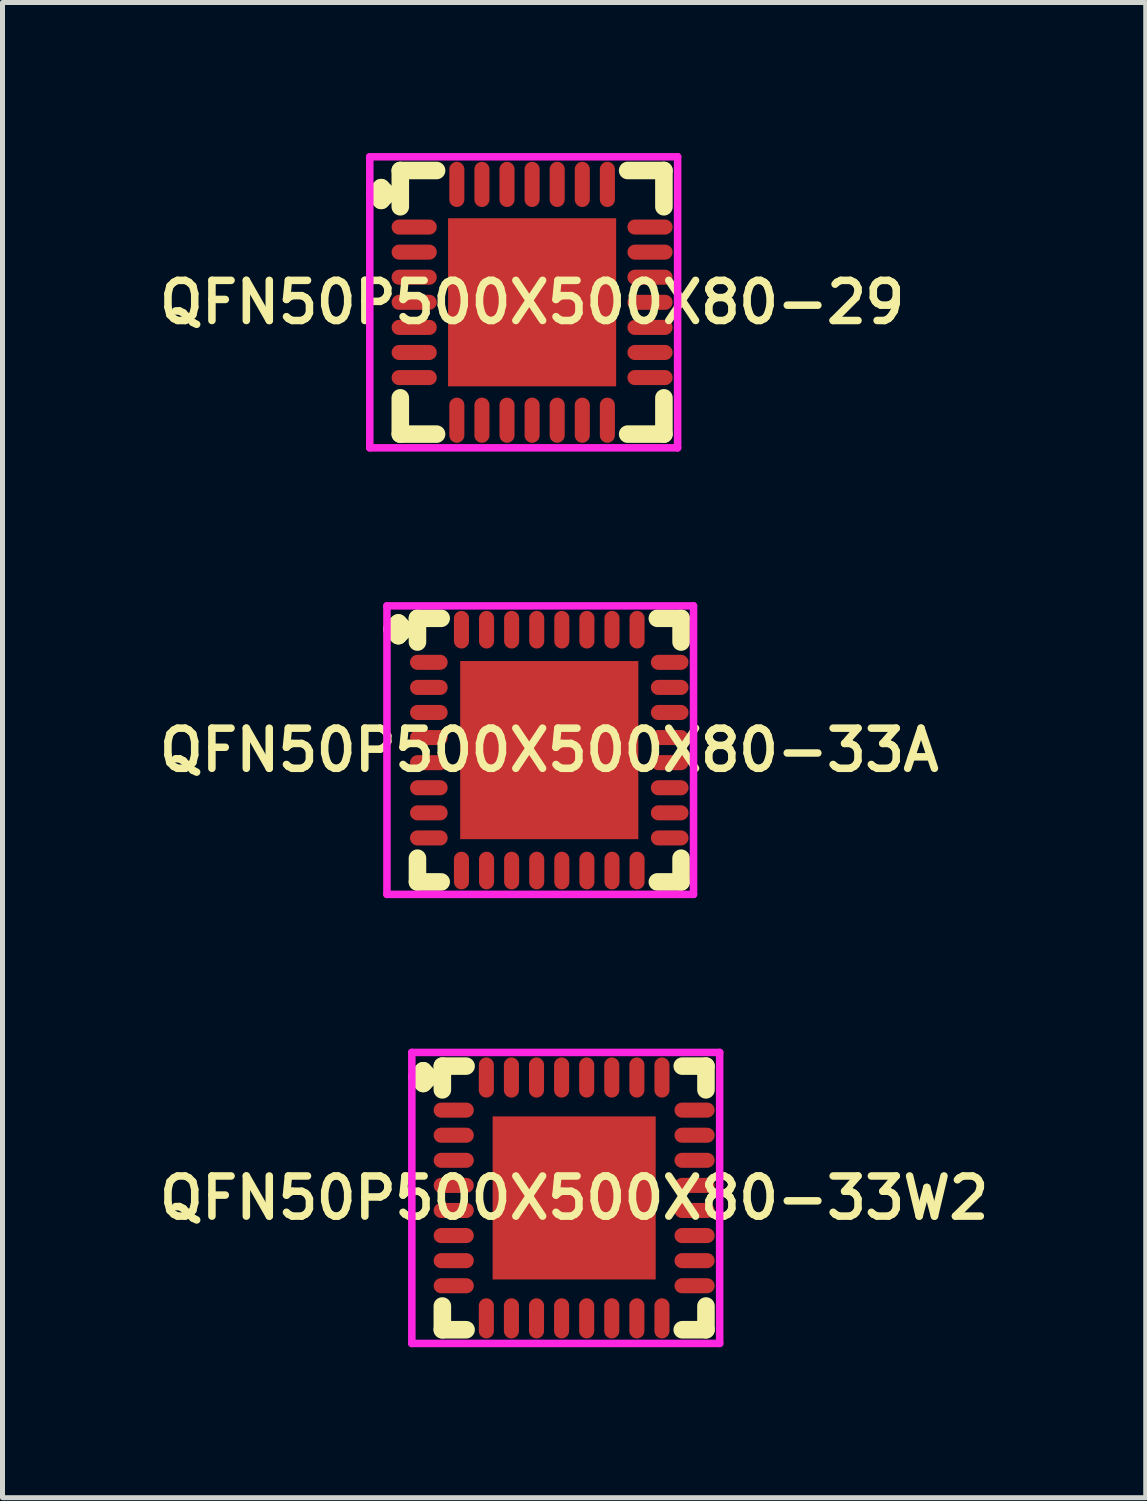
<source format=kicad_pcb>
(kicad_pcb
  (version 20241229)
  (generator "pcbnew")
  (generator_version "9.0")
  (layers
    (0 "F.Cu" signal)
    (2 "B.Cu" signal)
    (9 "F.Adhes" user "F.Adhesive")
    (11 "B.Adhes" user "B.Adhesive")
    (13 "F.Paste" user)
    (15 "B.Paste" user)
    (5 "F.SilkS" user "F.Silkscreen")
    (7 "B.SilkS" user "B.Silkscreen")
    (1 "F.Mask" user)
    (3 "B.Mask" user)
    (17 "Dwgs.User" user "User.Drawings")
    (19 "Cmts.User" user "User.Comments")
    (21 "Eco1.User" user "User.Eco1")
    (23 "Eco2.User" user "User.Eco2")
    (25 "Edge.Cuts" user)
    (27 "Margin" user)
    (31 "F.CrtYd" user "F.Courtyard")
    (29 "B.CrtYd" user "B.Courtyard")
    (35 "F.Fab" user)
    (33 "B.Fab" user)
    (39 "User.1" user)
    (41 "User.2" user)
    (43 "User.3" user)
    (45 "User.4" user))
  (footprint "QFN50P500X500X80-33W2"
    (layer "F.Cu")
    (at 8.393 20.825)
    (property "Reference" "QFN50P500X500X80-33W2" (at 0 0 0) (layer "F.SilkS") (effects (font (size 0.8 0.8) (thickness 0.15))))
    (attr smd)
    (fp_line (start -3.135 -2.408) (end -3.008 -2.535) (stroke (width 0.35) (type solid)) (layer "F.SilkS"))
    (fp_line (start -3.008 -2.535) (end -2.881 -2.408) (stroke (width 0.35) (type solid)) (layer "F.SilkS"))
    (fp_line (start -3.008 -2.281) (end -3.135 -2.408) (stroke (width 0.35) (type solid)) (layer "F.SilkS"))
    (fp_line (start -2.881 -2.408) (end -3.008 -2.281) (stroke (width 0.35) (type solid)) (layer "F.SilkS"))
    (fp_line (start -2.627 -2.627) (end -2.154 -2.627) (stroke (width 0.35) (type solid)) (layer "F.SilkS"))
    (fp_line (start -2.627 -2.154) (end -2.627 -2.627) (stroke (width 0.35) (type solid)) (layer "F.SilkS"))
    (fp_line (start -2.627 2.154) (end -2.627 2.627) (stroke (width 0.35) (type solid)) (layer "F.SilkS"))
    (fp_line (start -2.627 2.627) (end -2.154 2.627) (stroke (width 0.35) (type solid)) (layer "F.SilkS"))
    (fp_line (start 2.154 -2.627) (end 2.627 -2.627) (stroke (width 0.35) (type solid)) (layer "F.SilkS"))
    (fp_line (start 2.154 2.627) (end 2.627 2.627) (stroke (width 0.35) (type solid)) (layer "F.SilkS"))
    (fp_line (start 2.627 -2.627) (end 2.627 -2.154) (stroke (width 0.35) (type solid)) (layer "F.SilkS"))
    (fp_line (start 2.627 2.627) (end 2.627 2.154) (stroke (width 0.35) (type solid)) (layer "F.SilkS"))
    (fp_line (start -3.235 -2.9) (end 2.9 -2.9) (stroke (width 0.15) (type solid)) (layer "F.CrtYd"))
    (fp_line (start -3.235 2.9) (end -3.235 -2.9) (stroke (width 0.15) (type solid)) (layer "F.CrtYd"))
    (fp_line (start 2.9 -2.9) (end 2.9 2.9) (stroke (width 0.15) (type solid)) (layer "F.CrtYd"))
    (fp_line (start 2.9 2.9) (end -3.235 2.9) (stroke (width 0.15) (type solid)) (layer "F.CrtYd"))
    (pad "1" smd oval (at -2.4 -1.75) (size 0.8 0.3) (layers "F.Cu" "F.Mask" "F.Paste"))
    (pad "2" smd oval (at -2.4 -1.25) (size 0.8 0.3) (layers "F.Cu" "F.Mask" "F.Paste"))
    (pad "3" smd oval (at -2.4 -0.75) (size 0.8 0.3) (layers "F.Cu" "F.Mask" "F.Paste"))
    (pad "4" smd oval (at -2.4 -0.25) (size 0.8 0.3) (layers "F.Cu" "F.Mask" "F.Paste"))
    (pad "5" smd oval (at -2.4 0.25) (size 0.8 0.3) (layers "F.Cu" "F.Mask" "F.Paste"))
    (pad "6" smd oval (at -2.4 0.75) (size 0.8 0.3) (layers "F.Cu" "F.Mask" "F.Paste"))
    (pad "7" smd oval (at -2.4 1.25) (size 0.8 0.3) (layers "F.Cu" "F.Mask" "F.Paste"))
    (pad "8" smd oval (at -2.4 1.75) (size 0.8 0.3) (layers "F.Cu" "F.Mask" "F.Paste"))
    (pad "9" smd oval (at -1.75 2.4) (size 0.3 0.8) (layers "F.Cu" "F.Mask" "F.Paste"))
    (pad "10" smd oval (at -1.25 2.4) (size 0.3 0.8) (layers "F.Cu" "F.Mask" "F.Paste"))
    (pad "11" smd oval (at -0.75 2.4) (size 0.3 0.8) (layers "F.Cu" "F.Mask" "F.Paste"))
    (pad "12" smd oval (at -0.25 2.4) (size 0.3 0.8) (layers "F.Cu" "F.Mask" "F.Paste"))
    (pad "13" smd oval (at 0.25 2.4) (size 0.3 0.8) (layers "F.Cu" "F.Mask" "F.Paste"))
    (pad "14" smd oval (at 0.75 2.4) (size 0.3 0.8) (layers "F.Cu" "F.Mask" "F.Paste"))
    (pad "15" smd oval (at 1.25 2.4) (size 0.3 0.8) (layers "F.Cu" "F.Mask" "F.Paste"))
    (pad "16" smd oval (at 1.75 2.4) (size 0.3 0.8) (layers "F.Cu" "F.Mask" "F.Paste"))
    (pad "17" smd oval (at 2.4 1.75) (size 0.8 0.3) (layers "F.Cu" "F.Mask" "F.Paste"))
    (pad "18" smd oval (at 2.4 1.25) (size 0.8 0.3) (layers "F.Cu" "F.Mask" "F.Paste"))
    (pad "19" smd oval (at 2.4 0.75) (size 0.8 0.3) (layers "F.Cu" "F.Mask" "F.Paste"))
    (pad "20" smd oval (at 2.4 0.25) (size 0.8 0.3) (layers "F.Cu" "F.Mask" "F.Paste"))
    (pad "21" smd oval (at 2.4 -0.25) (size 0.8 0.3) (layers "F.Cu" "F.Mask" "F.Paste"))
    (pad "22" smd oval (at 2.4 -0.75) (size 0.8 0.3) (layers "F.Cu" "F.Mask" "F.Paste"))
    (pad "23" smd oval (at 2.4 -1.25) (size 0.8 0.3) (layers "F.Cu" "F.Mask" "F.Paste"))
    (pad "24" smd oval (at 2.4 -1.75) (size 0.8 0.3) (layers "F.Cu" "F.Mask" "F.Paste"))
    (pad "25" smd oval (at 1.75 -2.4) (size 0.3 0.8) (layers "F.Cu" "F.Mask" "F.Paste"))
    (pad "26" smd oval (at 1.25 -2.4) (size 0.3 0.8) (layers "F.Cu" "F.Mask" "F.Paste"))
    (pad "27" smd oval (at 0.75 -2.4) (size 0.3 0.8) (layers "F.Cu" "F.Mask" "F.Paste"))
    (pad "28" smd oval (at 0.25 -2.4) (size 0.3 0.8) (layers "F.Cu" "F.Mask" "F.Paste"))
    (pad "29" smd oval (at -0.25 -2.4) (size 0.3 0.8) (layers "F.Cu" "F.Mask" "F.Paste"))
    (pad "30" smd oval (at -0.75 -2.4) (size 0.3 0.8) (layers "F.Cu" "F.Mask" "F.Paste"))
    (pad "31" smd oval (at -1.25 -2.4) (size 0.3 0.8) (layers "F.Cu" "F.Mask" "F.Paste"))
    (pad "32" smd oval (at -1.75 -2.4) (size 0.3 0.8) (layers "F.Cu" "F.Mask" "F.Paste"))
    (pad "33" smd rect (at 0 0) (size 3.25 3.25) (layers "F.Cu" "F.Mask" "F.Paste")))
  (footprint "QFN50P500X500X80-33A"
    (layer "F.Cu")
    (at 7.897 11.9)
    (property "Reference" "QFN50P500X500X80-33A" (at 0 0 0) (layer "F.SilkS") (effects (font (size 0.8 0.8) (thickness 0.15))))
    (attr smd)
    (fp_line (start -3.135 -2.408) (end -3.008 -2.535) (stroke (width 0.35) (type solid)) (layer "F.SilkS"))
    (fp_line (start -3.008 -2.535) (end -2.881 -2.408) (stroke (width 0.35) (type solid)) (layer "F.SilkS"))
    (fp_line (start -3.008 -2.281) (end -3.135 -2.408) (stroke (width 0.35) (type solid)) (layer "F.SilkS"))
    (fp_line (start -2.881 -2.408) (end -3.008 -2.281) (stroke (width 0.35) (type solid)) (layer "F.SilkS"))
    (fp_line (start -2.627 -2.627) (end -2.154 -2.627) (stroke (width 0.35) (type solid)) (layer "F.SilkS"))
    (fp_line (start -2.627 -2.154) (end -2.627 -2.627) (stroke (width 0.35) (type solid)) (layer "F.SilkS"))
    (fp_line (start -2.627 2.154) (end -2.627 2.627) (stroke (width 0.35) (type solid)) (layer "F.SilkS"))
    (fp_line (start -2.627 2.627) (end -2.154 2.627) (stroke (width 0.35) (type solid)) (layer "F.SilkS"))
    (fp_line (start 2.154 -2.627) (end 2.627 -2.627) (stroke (width 0.35) (type solid)) (layer "F.SilkS"))
    (fp_line (start 2.154 2.627) (end 2.627 2.627) (stroke (width 0.35) (type solid)) (layer "F.SilkS"))
    (fp_line (start 2.627 -2.627) (end 2.627 -2.154) (stroke (width 0.35) (type solid)) (layer "F.SilkS"))
    (fp_line (start 2.627 2.627) (end 2.627 2.154) (stroke (width 0.35) (type solid)) (layer "F.SilkS"))
    (fp_line (start -3.235 -2.875) (end 2.875 -2.875) (stroke (width 0.15) (type solid)) (layer "F.CrtYd"))
    (fp_line (start -3.235 2.875) (end -3.235 -2.875) (stroke (width 0.15) (type solid)) (layer "F.CrtYd"))
    (fp_line (start 2.875 -2.875) (end 2.875 2.875) (stroke (width 0.15) (type solid)) (layer "F.CrtYd"))
    (fp_line (start 2.875 2.875) (end -3.235 2.875) (stroke (width 0.15) (type solid)) (layer "F.CrtYd"))
    (pad "1" smd oval (at -2.4 -1.75) (size 0.75 0.3) (layers "F.Cu" "F.Mask" "F.Paste"))
    (pad "2" smd oval (at -2.4 -1.25) (size 0.75 0.3) (layers "F.Cu" "F.Mask" "F.Paste"))
    (pad "3" smd oval (at -2.4 -0.75) (size 0.75 0.3) (layers "F.Cu" "F.Mask" "F.Paste"))
    (pad "4" smd oval (at -2.4 -0.25) (size 0.75 0.3) (layers "F.Cu" "F.Mask" "F.Paste"))
    (pad "5" smd oval (at -2.4 0.25) (size 0.75 0.3) (layers "F.Cu" "F.Mask" "F.Paste"))
    (pad "6" smd oval (at -2.4 0.75) (size 0.75 0.3) (layers "F.Cu" "F.Mask" "F.Paste"))
    (pad "7" smd oval (at -2.4 1.25) (size 0.75 0.3) (layers "F.Cu" "F.Mask" "F.Paste"))
    (pad "8" smd oval (at -2.4 1.75) (size 0.75 0.3) (layers "F.Cu" "F.Mask" "F.Paste"))
    (pad "9" smd oval (at -1.75 2.4) (size 0.3 0.75) (layers "F.Cu" "F.Mask" "F.Paste"))
    (pad "10" smd oval (at -1.25 2.4) (size 0.3 0.75) (layers "F.Cu" "F.Mask" "F.Paste"))
    (pad "11" smd oval (at -0.75 2.4) (size 0.3 0.75) (layers "F.Cu" "F.Mask" "F.Paste"))
    (pad "12" smd oval (at -0.25 2.4) (size 0.3 0.75) (layers "F.Cu" "F.Mask" "F.Paste"))
    (pad "13" smd oval (at 0.25 2.4) (size 0.3 0.75) (layers "F.Cu" "F.Mask" "F.Paste"))
    (pad "14" smd oval (at 0.75 2.4) (size 0.3 0.75) (layers "F.Cu" "F.Mask" "F.Paste"))
    (pad "15" smd oval (at 1.25 2.4) (size 0.3 0.75) (layers "F.Cu" "F.Mask" "F.Paste"))
    (pad "16" smd oval (at 1.75 2.4) (size 0.3 0.75) (layers "F.Cu" "F.Mask" "F.Paste"))
    (pad "17" smd oval (at 2.4 1.75) (size 0.75 0.3) (layers "F.Cu" "F.Mask" "F.Paste"))
    (pad "18" smd oval (at 2.4 1.25) (size 0.75 0.3) (layers "F.Cu" "F.Mask" "F.Paste"))
    (pad "19" smd oval (at 2.4 0.75) (size 0.75 0.3) (layers "F.Cu" "F.Mask" "F.Paste"))
    (pad "20" smd oval (at 2.4 0.25) (size 0.75 0.3) (layers "F.Cu" "F.Mask" "F.Paste"))
    (pad "21" smd oval (at 2.4 -0.25) (size 0.75 0.3) (layers "F.Cu" "F.Mask" "F.Paste"))
    (pad "22" smd oval (at 2.4 -0.75) (size 0.75 0.3) (layers "F.Cu" "F.Mask" "F.Paste"))
    (pad "23" smd oval (at 2.4 -1.25) (size 0.75 0.3) (layers "F.Cu" "F.Mask" "F.Paste"))
    (pad "24" smd oval (at 2.4 -1.75) (size 0.75 0.3) (layers "F.Cu" "F.Mask" "F.Paste"))
    (pad "25" smd oval (at 1.75 -2.4) (size 0.3 0.75) (layers "F.Cu" "F.Mask" "F.Paste"))
    (pad "26" smd oval (at 1.25 -2.4) (size 0.3 0.75) (layers "F.Cu" "F.Mask" "F.Paste"))
    (pad "27" smd oval (at 0.75 -2.4) (size 0.3 0.75) (layers "F.Cu" "F.Mask" "F.Paste"))
    (pad "28" smd oval (at 0.25 -2.4) (size 0.3 0.75) (layers "F.Cu" "F.Mask" "F.Paste"))
    (pad "29" smd oval (at -0.25 -2.4) (size 0.3 0.75) (layers "F.Cu" "F.Mask" "F.Paste"))
    (pad "30" smd oval (at -0.75 -2.4) (size 0.3 0.75) (layers "F.Cu" "F.Mask" "F.Paste"))
    (pad "31" smd oval (at -1.25 -2.4) (size 0.3 0.75) (layers "F.Cu" "F.Mask" "F.Paste"))
    (pad "32" smd oval (at -1.75 -2.4) (size 0.3 0.75) (layers "F.Cu" "F.Mask" "F.Paste"))
    (pad "33" smd rect (at 0 0) (size 3.55 3.55) (layers "F.Cu" "F.Mask" "F.Paste")))
  (footprint "QFN50P500X500X80-29"
    (layer "F.Cu")
    (at 7.555 2.975)
    (property "Reference" "QFN50P500X500X80-29" (at 0 0 0) (layer "F.SilkS") (effects (font (size 0.8 0.8) (thickness 0.15))))
    (attr smd)
    (fp_line (start -3.135 -2.158) (end -3.008 -2.285) (stroke (width 0.35) (type solid)) (layer "F.SilkS"))
    (fp_line (start -3.008 -2.285) (end -2.881 -2.158) (stroke (width 0.35) (type solid)) (layer "F.SilkS"))
    (fp_line (start -3.008 -2.031) (end -3.135 -2.158) (stroke (width 0.35) (type solid)) (layer "F.SilkS"))
    (fp_line (start -2.881 -2.158) (end -3.008 -2.031) (stroke (width 0.35) (type solid)) (layer "F.SilkS"))
    (fp_line (start -2.627 -2.627) (end -1.904 -2.627) (stroke (width 0.35) (type solid)) (layer "F.SilkS"))
    (fp_line (start -2.627 -1.904) (end -2.627 -2.627) (stroke (width 0.35) (type solid)) (layer "F.SilkS"))
    (fp_line (start -2.627 1.904) (end -2.627 2.627) (stroke (width 0.35) (type solid)) (layer "F.SilkS"))
    (fp_line (start -2.627 2.627) (end -1.904 2.627) (stroke (width 0.35) (type solid)) (layer "F.SilkS"))
    (fp_line (start 1.904 -2.627) (end 2.627 -2.627) (stroke (width 0.35) (type solid)) (layer "F.SilkS"))
    (fp_line (start 1.904 2.627) (end 2.627 2.627) (stroke (width 0.35) (type solid)) (layer "F.SilkS"))
    (fp_line (start 2.627 -2.627) (end 2.627 -1.904) (stroke (width 0.35) (type solid)) (layer "F.SilkS"))
    (fp_line (start 2.627 2.627) (end 2.627 1.904) (stroke (width 0.35) (type solid)) (layer "F.SilkS"))
    (fp_line (start -3.235 -2.9) (end 2.9 -2.9) (stroke (width 0.15) (type solid)) (layer "F.CrtYd"))
    (fp_line (start -3.235 2.9) (end -3.235 -2.9) (stroke (width 0.15) (type solid)) (layer "F.CrtYd"))
    (fp_line (start 2.9 -2.9) (end 2.9 2.9) (stroke (width 0.15) (type solid)) (layer "F.CrtYd"))
    (fp_line (start 2.9 2.9) (end -3.235 2.9) (stroke (width 0.15) (type solid)) (layer "F.CrtYd"))
    (pad "1" smd oval (at -2.35 -1.5) (size 0.9 0.3) (layers "F.Cu" "F.Mask" "F.Paste"))
    (pad "2" smd oval (at -2.35 -1) (size 0.9 0.3) (layers "F.Cu" "F.Mask" "F.Paste"))
    (pad "3" smd oval (at -2.35 -0.5) (size 0.9 0.3) (layers "F.Cu" "F.Mask" "F.Paste"))
    (pad "4" smd oval (at -2.35 0) (size 0.9 0.3) (layers "F.Cu" "F.Mask" "F.Paste"))
    (pad "5" smd oval (at -2.35 0.5) (size 0.9 0.3) (layers "F.Cu" "F.Mask" "F.Paste"))
    (pad "6" smd oval (at -2.35 1) (size 0.9 0.3) (layers "F.Cu" "F.Mask" "F.Paste"))
    (pad "7" smd oval (at -2.35 1.5) (size 0.9 0.3) (layers "F.Cu" "F.Mask" "F.Paste"))
    (pad "8" smd oval (at -1.5 2.35) (size 0.3 0.9) (layers "F.Cu" "F.Mask" "F.Paste"))
    (pad "9" smd oval (at -1 2.35) (size 0.3 0.9) (layers "F.Cu" "F.Mask" "F.Paste"))
    (pad "10" smd oval (at -0.5 2.35) (size 0.3 0.9) (layers "F.Cu" "F.Mask" "F.Paste"))
    (pad "11" smd oval (at 0 2.35) (size 0.3 0.9) (layers "F.Cu" "F.Mask" "F.Paste"))
    (pad "12" smd oval (at 0.5 2.35) (size 0.3 0.9) (layers "F.Cu" "F.Mask" "F.Paste"))
    (pad "13" smd oval (at 1 2.35) (size 0.3 0.9) (layers "F.Cu" "F.Mask" "F.Paste"))
    (pad "14" smd oval (at 1.5 2.35) (size 0.3 0.9) (layers "F.Cu" "F.Mask" "F.Paste"))
    (pad "15" smd oval (at 2.35 1.5) (size 0.9 0.3) (layers "F.Cu" "F.Mask" "F.Paste"))
    (pad "16" smd oval (at 2.35 1) (size 0.9 0.3) (layers "F.Cu" "F.Mask" "F.Paste"))
    (pad "17" smd oval (at 2.35 0.5) (size 0.9 0.3) (layers "F.Cu" "F.Mask" "F.Paste"))
    (pad "18" smd oval (at 2.35 0) (size 0.9 0.3) (layers "F.Cu" "F.Mask" "F.Paste"))
    (pad "19" smd oval (at 2.35 -0.5) (size 0.9 0.3) (layers "F.Cu" "F.Mask" "F.Paste"))
    (pad "20" smd oval (at 2.35 -1) (size 0.9 0.3) (layers "F.Cu" "F.Mask" "F.Paste"))
    (pad "21" smd oval (at 2.35 -1.5) (size 0.9 0.3) (layers "F.Cu" "F.Mask" "F.Paste"))
    (pad "22" smd oval (at 1.5 -2.35) (size 0.3 0.9) (layers "F.Cu" "F.Mask" "F.Paste"))
    (pad "23" smd oval (at 1 -2.35) (size 0.3 0.9) (layers "F.Cu" "F.Mask" "F.Paste"))
    (pad "24" smd oval (at 0.5 -2.35) (size 0.3 0.9) (layers "F.Cu" "F.Mask" "F.Paste"))
    (pad "25" smd oval (at 0 -2.35) (size 0.3 0.9) (layers "F.Cu" "F.Mask" "F.Paste"))
    (pad "26" smd oval (at -0.5 -2.35) (size 0.3 0.9) (layers "F.Cu" "F.Mask" "F.Paste"))
    (pad "27" smd oval (at -1 -2.35) (size 0.3 0.9) (layers "F.Cu" "F.Mask" "F.Paste"))
    (pad "28" smd oval (at -1.5 -2.35) (size 0.3 0.9) (layers "F.Cu" "F.Mask" "F.Paste"))
    (pad "29" smd rect (at 0 0) (size 3.35 3.35) (layers "F.Cu" "F.Mask" "F.Paste")))
  (gr_rect
    (start -3 -3)
    (end 19.785 26.8)
    (stroke (width 0.1) (type default))
    (fill no)
    (layer "Edge.Cuts")))
</source>
